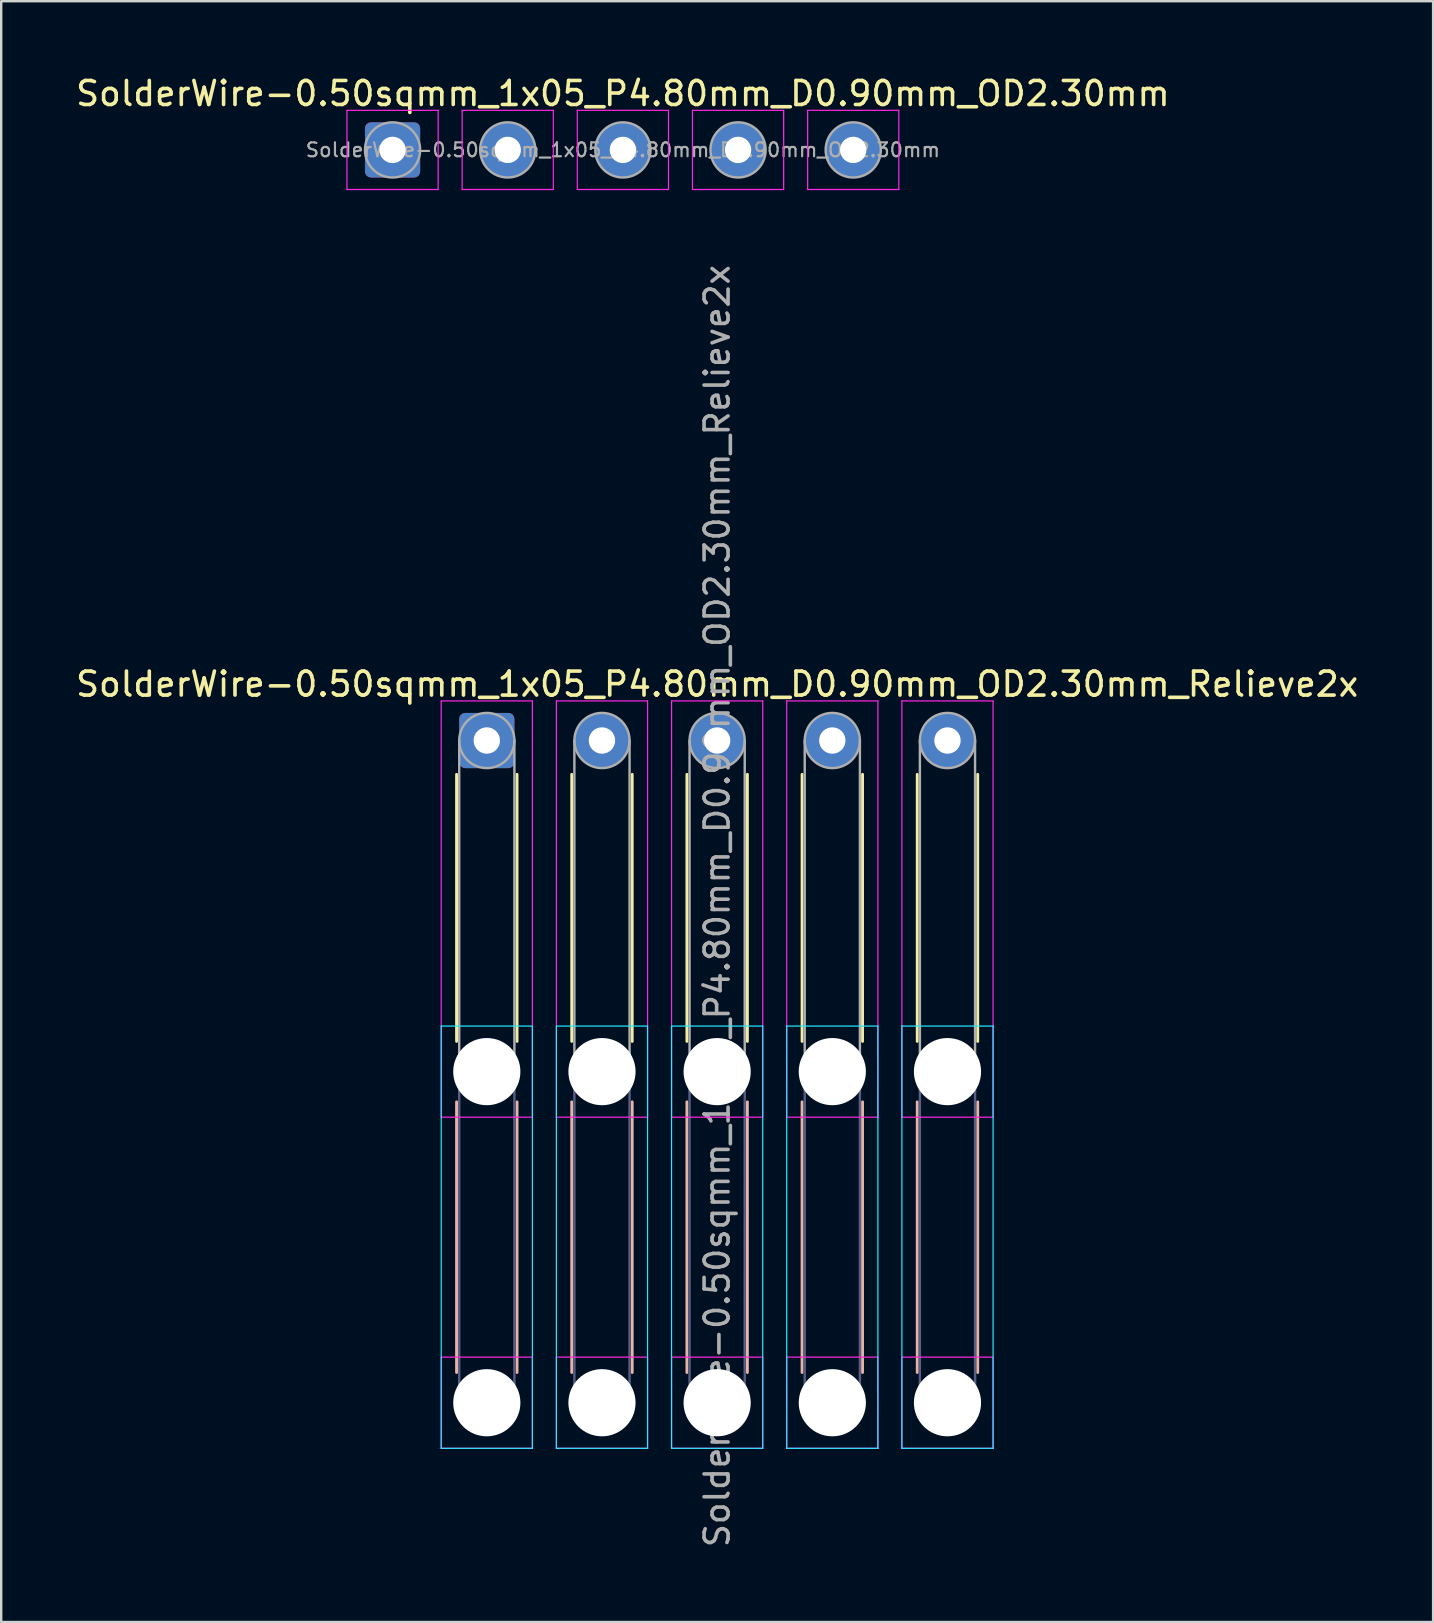
<source format=kicad_pcb>
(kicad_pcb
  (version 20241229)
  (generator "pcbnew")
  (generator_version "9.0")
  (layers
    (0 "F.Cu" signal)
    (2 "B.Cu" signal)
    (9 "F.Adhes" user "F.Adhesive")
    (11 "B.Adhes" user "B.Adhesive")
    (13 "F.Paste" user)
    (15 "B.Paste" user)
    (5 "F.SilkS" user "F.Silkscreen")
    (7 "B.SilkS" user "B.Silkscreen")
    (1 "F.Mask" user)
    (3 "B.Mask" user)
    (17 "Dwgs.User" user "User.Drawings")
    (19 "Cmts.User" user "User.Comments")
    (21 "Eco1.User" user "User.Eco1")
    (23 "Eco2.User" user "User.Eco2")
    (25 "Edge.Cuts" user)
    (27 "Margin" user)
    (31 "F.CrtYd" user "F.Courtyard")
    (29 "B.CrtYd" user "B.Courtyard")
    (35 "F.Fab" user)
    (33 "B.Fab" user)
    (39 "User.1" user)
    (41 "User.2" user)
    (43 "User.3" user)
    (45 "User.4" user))
  (footprint "SolderWire-0.50sqmm_1x05_P4.80mm_D0.90mm_OD2.30mm"
    (layer "F.Cu")
    (at 13.311 3.198)
    (property "Reference" "SolderWire-0.50sqmm_1x05_P4.80mm_D0.90mm_OD2.30mm" (at 9.6 -2.35 0) (layer "F.SilkS") (effects (font (size 1 1) (thickness 0.15))))
    (attr exclude_from_pos_files exclude_from_bom)
    (fp_line (start -1.9 -1.65) (end -1.9 1.65) (stroke (width 0.05) (type solid)) (layer "F.CrtYd"))
    (fp_line (start -1.9 1.65) (end 1.9 1.65) (stroke (width 0.05) (type solid)) (layer "F.CrtYd"))
    (fp_line (start 1.9 -1.65) (end -1.9 -1.65) (stroke (width 0.05) (type solid)) (layer "F.CrtYd"))
    (fp_line (start 1.9 1.65) (end 1.9 -1.65) (stroke (width 0.05) (type solid)) (layer "F.CrtYd"))
    (fp_line (start 2.9 -1.65) (end 2.9 1.65) (stroke (width 0.05) (type solid)) (layer "F.CrtYd"))
    (fp_line (start 2.9 1.65) (end 6.7 1.65) (stroke (width 0.05) (type solid)) (layer "F.CrtYd"))
    (fp_line (start 6.7 -1.65) (end 2.9 -1.65) (stroke (width 0.05) (type solid)) (layer "F.CrtYd"))
    (fp_line (start 6.7 1.65) (end 6.7 -1.65) (stroke (width 0.05) (type solid)) (layer "F.CrtYd"))
    (fp_line (start 7.7 -1.65) (end 7.7 1.65) (stroke (width 0.05) (type solid)) (layer "F.CrtYd"))
    (fp_line (start 7.7 1.65) (end 11.5 1.65) (stroke (width 0.05) (type solid)) (layer "F.CrtYd"))
    (fp_line (start 11.5 -1.65) (end 7.7 -1.65) (stroke (width 0.05) (type solid)) (layer "F.CrtYd"))
    (fp_line (start 11.5 1.65) (end 11.5 -1.65) (stroke (width 0.05) (type solid)) (layer "F.CrtYd"))
    (fp_line (start 12.5 -1.65) (end 12.5 1.65) (stroke (width 0.05) (type solid)) (layer "F.CrtYd"))
    (fp_line (start 12.5 1.65) (end 16.3 1.65) (stroke (width 0.05) (type solid)) (layer "F.CrtYd"))
    (fp_line (start 16.3 -1.65) (end 12.5 -1.65) (stroke (width 0.05) (type solid)) (layer "F.CrtYd"))
    (fp_line (start 16.3 1.65) (end 16.3 -1.65) (stroke (width 0.05) (type solid)) (layer "F.CrtYd"))
    (fp_line (start 17.3 -1.65) (end 17.3 1.65) (stroke (width 0.05) (type solid)) (layer "F.CrtYd"))
    (fp_line (start 17.3 1.65) (end 21.1 1.65) (stroke (width 0.05) (type solid)) (layer "F.CrtYd"))
    (fp_line (start 21.1 -1.65) (end 17.3 -1.65) (stroke (width 0.05) (type solid)) (layer "F.CrtYd"))
    (fp_line (start 21.1 1.65) (end 21.1 -1.65) (stroke (width 0.05) (type solid)) (layer "F.CrtYd"))
    (fp_circle (center 0 0) (end 1.15 0) (stroke (width 0.1) (type solid)) (fill no) (layer "F.Fab"))
    (fp_circle (center 4.8 0) (end 5.95 0) (stroke (width 0.1) (type solid)) (fill no) (layer "F.Fab"))
    (fp_circle (center 9.6 0) (end 10.75 0) (stroke (width 0.1) (type solid)) (fill no) (layer "F.Fab"))
    (fp_circle (center 14.4 0) (end 15.55 0) (stroke (width 0.1) (type solid)) (fill no) (layer "F.Fab"))
    (fp_circle (center 19.2 0) (end 20.35 0) (stroke (width 0.1) (type solid)) (fill no) (layer "F.Fab"))
    (fp_text user "${REFERENCE}" (at 9.6 0 0) (layer "F.Fab") (effects (font (size 0.58 0.58) (thickness 0.09))))
    (pad "1" thru_hole roundrect (at 0 0) (size 2.3 2.3) (drill 1.1) (layers "*.Cu" "*.Mask") (roundrect_rratio 0.109))
    (pad "2" thru_hole circle (at 4.8 0) (size 2.3 2.3) (drill 1.1) (layers "*.Cu" "*.Mask"))
    (pad "3" thru_hole circle (at 9.6 0) (size 2.3 2.3) (drill 1.1) (layers "*.Cu" "*.Mask"))
    (pad "4" thru_hole circle (at 14.4 0) (size 2.3 2.3) (drill 1.1) (layers "*.Cu" "*.Mask"))
    (pad "5" thru_hole circle (at 19.2 0) (size 2.3 2.3) (drill 1.1) (layers "*.Cu" "*.Mask")))
  (footprint "SolderWire-0.50sqmm_1x05_P4.80mm_D0.90mm_OD2.30mm_Relieve2x"
    (layer "F.Cu")
    (at 17.239 27.813)
    (property "Reference" "SolderWire-0.50sqmm_1x05_P4.80mm_D0.90mm_OD2.30mm_Relieve2x" (at 9.6 -2.35 0) (layer "F.SilkS") (effects (font (size 1 1) (thickness 0.15))))
    (attr exclude_from_pos_files exclude_from_bom)
    (fp_line (start -1.26 1.41) (end -1.26 12.54) (stroke (width 0.12) (type solid)) (layer "F.SilkS"))
    (fp_line (start 1.26 1.41) (end 1.26 12.54) (stroke (width 0.12) (type solid)) (layer "F.SilkS"))
    (fp_line (start 3.54 1.41) (end 3.54 12.54) (stroke (width 0.12) (type solid)) (layer "F.SilkS"))
    (fp_line (start 6.06 1.41) (end 6.06 12.54) (stroke (width 0.12) (type solid)) (layer "F.SilkS"))
    (fp_line (start 8.34 1.41) (end 8.34 12.54) (stroke (width 0.12) (type solid)) (layer "F.SilkS"))
    (fp_line (start 10.86 1.41) (end 10.86 12.54) (stroke (width 0.12) (type solid)) (layer "F.SilkS"))
    (fp_line (start 13.14 1.41) (end 13.14 12.54) (stroke (width 0.12) (type solid)) (layer "F.SilkS"))
    (fp_line (start 15.66 1.41) (end 15.66 12.54) (stroke (width 0.12) (type solid)) (layer "F.SilkS"))
    (fp_line (start 17.94 1.41) (end 17.94 12.54) (stroke (width 0.12) (type solid)) (layer "F.SilkS"))
    (fp_line (start 20.46 1.41) (end 20.46 12.54) (stroke (width 0.12) (type solid)) (layer "F.SilkS"))
    (fp_line (start -1.26 15.06) (end -1.26 26.34) (stroke (width 0.12) (type solid)) (layer "B.SilkS"))
    (fp_line (start 1.26 15.06) (end 1.26 26.34) (stroke (width 0.12) (type solid)) (layer "B.SilkS"))
    (fp_line (start 3.54 15.06) (end 3.54 26.34) (stroke (width 0.12) (type solid)) (layer "B.SilkS"))
    (fp_line (start 6.06 15.06) (end 6.06 26.34) (stroke (width 0.12) (type solid)) (layer "B.SilkS"))
    (fp_line (start 8.34 15.06) (end 8.34 26.34) (stroke (width 0.12) (type solid)) (layer "B.SilkS"))
    (fp_line (start 10.86 15.06) (end 10.86 26.34) (stroke (width 0.12) (type solid)) (layer "B.SilkS"))
    (fp_line (start 13.14 15.06) (end 13.14 26.34) (stroke (width 0.12) (type solid)) (layer "B.SilkS"))
    (fp_line (start 15.66 15.06) (end 15.66 26.34) (stroke (width 0.12) (type solid)) (layer "B.SilkS"))
    (fp_line (start 17.94 15.06) (end 17.94 26.34) (stroke (width 0.12) (type solid)) (layer "B.SilkS"))
    (fp_line (start 20.46 15.06) (end 20.46 26.34) (stroke (width 0.12) (type solid)) (layer "B.SilkS"))
    (fp_line (start -1.9 11.9) (end -1.9 29.5) (stroke (width 0.05) (type solid)) (layer "B.CrtYd"))
    (fp_line (start -1.9 29.5) (end 1.9 29.5) (stroke (width 0.05) (type solid)) (layer "B.CrtYd"))
    (fp_line (start 1.9 11.9) (end -1.9 11.9) (stroke (width 0.05) (type solid)) (layer "B.CrtYd"))
    (fp_line (start 1.9 29.5) (end 1.9 11.9) (stroke (width 0.05) (type solid)) (layer "B.CrtYd"))
    (fp_line (start 2.9 11.9) (end 2.9 29.5) (stroke (width 0.05) (type solid)) (layer "B.CrtYd"))
    (fp_line (start 2.9 29.5) (end 6.7 29.5) (stroke (width 0.05) (type solid)) (layer "B.CrtYd"))
    (fp_line (start 6.7 11.9) (end 2.9 11.9) (stroke (width 0.05) (type solid)) (layer "B.CrtYd"))
    (fp_line (start 6.7 29.5) (end 6.7 11.9) (stroke (width 0.05) (type solid)) (layer "B.CrtYd"))
    (fp_line (start 7.7 11.9) (end 7.7 29.5) (stroke (width 0.05) (type solid)) (layer "B.CrtYd"))
    (fp_line (start 7.7 29.5) (end 11.5 29.5) (stroke (width 0.05) (type solid)) (layer "B.CrtYd"))
    (fp_line (start 11.5 11.9) (end 7.7 11.9) (stroke (width 0.05) (type solid)) (layer "B.CrtYd"))
    (fp_line (start 11.5 29.5) (end 11.5 11.9) (stroke (width 0.05) (type solid)) (layer "B.CrtYd"))
    (fp_line (start 12.5 11.9) (end 12.5 29.5) (stroke (width 0.05) (type solid)) (layer "B.CrtYd"))
    (fp_line (start 12.5 29.5) (end 16.3 29.5) (stroke (width 0.05) (type solid)) (layer "B.CrtYd"))
    (fp_line (start 16.3 11.9) (end 12.5 11.9) (stroke (width 0.05) (type solid)) (layer "B.CrtYd"))
    (fp_line (start 16.3 29.5) (end 16.3 11.9) (stroke (width 0.05) (type solid)) (layer "B.CrtYd"))
    (fp_line (start 17.3 11.9) (end 17.3 29.5) (stroke (width 0.05) (type solid)) (layer "B.CrtYd"))
    (fp_line (start 17.3 29.5) (end 21.1 29.5) (stroke (width 0.05) (type solid)) (layer "B.CrtYd"))
    (fp_line (start 21.1 11.9) (end 17.3 11.9) (stroke (width 0.05) (type solid)) (layer "B.CrtYd"))
    (fp_line (start 21.1 29.5) (end 21.1 11.9) (stroke (width 0.05) (type solid)) (layer "B.CrtYd"))
    (fp_line (start -1.9 -1.65) (end -1.9 15.7) (stroke (width 0.05) (type solid)) (layer "F.CrtYd"))
    (fp_line (start -1.9 15.7) (end 1.9 15.7) (stroke (width 0.05) (type solid)) (layer "F.CrtYd"))
    (fp_line (start -1.9 25.7) (end -1.9 29.5) (stroke (width 0.05) (type solid)) (layer "F.CrtYd"))
    (fp_line (start -1.9 29.5) (end 1.9 29.5) (stroke (width 0.05) (type solid)) (layer "F.CrtYd"))
    (fp_line (start 1.9 -1.65) (end -1.9 -1.65) (stroke (width 0.05) (type solid)) (layer "F.CrtYd"))
    (fp_line (start 1.9 15.7) (end 1.9 -1.65) (stroke (width 0.05) (type solid)) (layer "F.CrtYd"))
    (fp_line (start 1.9 25.7) (end -1.9 25.7) (stroke (width 0.05) (type solid)) (layer "F.CrtYd"))
    (fp_line (start 1.9 29.5) (end 1.9 25.7) (stroke (width 0.05) (type solid)) (layer "F.CrtYd"))
    (fp_line (start 2.9 -1.65) (end 2.9 15.7) (stroke (width 0.05) (type solid)) (layer "F.CrtYd"))
    (fp_line (start 2.9 15.7) (end 6.7 15.7) (stroke (width 0.05) (type solid)) (layer "F.CrtYd"))
    (fp_line (start 2.9 25.7) (end 2.9 29.5) (stroke (width 0.05) (type solid)) (layer "F.CrtYd"))
    (fp_line (start 2.9 29.5) (end 6.7 29.5) (stroke (width 0.05) (type solid)) (layer "F.CrtYd"))
    (fp_line (start 6.7 -1.65) (end 2.9 -1.65) (stroke (width 0.05) (type solid)) (layer "F.CrtYd"))
    (fp_line (start 6.7 15.7) (end 6.7 -1.65) (stroke (width 0.05) (type solid)) (layer "F.CrtYd"))
    (fp_line (start 6.7 25.7) (end 2.9 25.7) (stroke (width 0.05) (type solid)) (layer "F.CrtYd"))
    (fp_line (start 6.7 29.5) (end 6.7 25.7) (stroke (width 0.05) (type solid)) (layer "F.CrtYd"))
    (fp_line (start 7.7 -1.65) (end 7.7 15.7) (stroke (width 0.05) (type solid)) (layer "F.CrtYd"))
    (fp_line (start 7.7 15.7) (end 11.5 15.7) (stroke (width 0.05) (type solid)) (layer "F.CrtYd"))
    (fp_line (start 7.7 25.7) (end 7.7 29.5) (stroke (width 0.05) (type solid)) (layer "F.CrtYd"))
    (fp_line (start 7.7 29.5) (end 11.5 29.5) (stroke (width 0.05) (type solid)) (layer "F.CrtYd"))
    (fp_line (start 11.5 -1.65) (end 7.7 -1.65) (stroke (width 0.05) (type solid)) (layer "F.CrtYd"))
    (fp_line (start 11.5 15.7) (end 11.5 -1.65) (stroke (width 0.05) (type solid)) (layer "F.CrtYd"))
    (fp_line (start 11.5 25.7) (end 7.7 25.7) (stroke (width 0.05) (type solid)) (layer "F.CrtYd"))
    (fp_line (start 11.5 29.5) (end 11.5 25.7) (stroke (width 0.05) (type solid)) (layer "F.CrtYd"))
    (fp_line (start 12.5 -1.65) (end 12.5 15.7) (stroke (width 0.05) (type solid)) (layer "F.CrtYd"))
    (fp_line (start 12.5 15.7) (end 16.3 15.7) (stroke (width 0.05) (type solid)) (layer "F.CrtYd"))
    (fp_line (start 12.5 25.7) (end 12.5 29.5) (stroke (width 0.05) (type solid)) (layer "F.CrtYd"))
    (fp_line (start 12.5 29.5) (end 16.3 29.5) (stroke (width 0.05) (type solid)) (layer "F.CrtYd"))
    (fp_line (start 16.3 -1.65) (end 12.5 -1.65) (stroke (width 0.05) (type solid)) (layer "F.CrtYd"))
    (fp_line (start 16.3 15.7) (end 16.3 -1.65) (stroke (width 0.05) (type solid)) (layer "F.CrtYd"))
    (fp_line (start 16.3 25.7) (end 12.5 25.7) (stroke (width 0.05) (type solid)) (layer "F.CrtYd"))
    (fp_line (start 16.3 29.5) (end 16.3 25.7) (stroke (width 0.05) (type solid)) (layer "F.CrtYd"))
    (fp_line (start 17.3 -1.65) (end 17.3 15.7) (stroke (width 0.05) (type solid)) (layer "F.CrtYd"))
    (fp_line (start 17.3 15.7) (end 21.1 15.7) (stroke (width 0.05) (type solid)) (layer "F.CrtYd"))
    (fp_line (start 17.3 25.7) (end 17.3 29.5) (stroke (width 0.05) (type solid)) (layer "F.CrtYd"))
    (fp_line (start 17.3 29.5) (end 21.1 29.5) (stroke (width 0.05) (type solid)) (layer "F.CrtYd"))
    (fp_line (start 21.1 -1.65) (end 17.3 -1.65) (stroke (width 0.05) (type solid)) (layer "F.CrtYd"))
    (fp_line (start 21.1 15.7) (end 21.1 -1.65) (stroke (width 0.05) (type solid)) (layer "F.CrtYd"))
    (fp_line (start 21.1 25.7) (end 17.3 25.7) (stroke (width 0.05) (type solid)) (layer "F.CrtYd"))
    (fp_line (start 21.1 29.5) (end 21.1 25.7) (stroke (width 0.05) (type solid)) (layer "F.CrtYd"))
    (fp_line (start -1.15 13.8) (end -1.15 27.6) (stroke (width 0.1) (type solid)) (layer "B.Fab"))
    (fp_line (start 1.15 13.8) (end 1.15 27.6) (stroke (width 0.1) (type solid)) (layer "B.Fab"))
    (fp_line (start 3.65 13.8) (end 3.65 27.6) (stroke (width 0.1) (type solid)) (layer "B.Fab"))
    (fp_line (start 5.95 13.8) (end 5.95 27.6) (stroke (width 0.1) (type solid)) (layer "B.Fab"))
    (fp_line (start 8.45 13.8) (end 8.45 27.6) (stroke (width 0.1) (type solid)) (layer "B.Fab"))
    (fp_line (start 10.75 13.8) (end 10.75 27.6) (stroke (width 0.1) (type solid)) (layer "B.Fab"))
    (fp_line (start 13.25 13.8) (end 13.25 27.6) (stroke (width 0.1) (type solid)) (layer "B.Fab"))
    (fp_line (start 15.55 13.8) (end 15.55 27.6) (stroke (width 0.1) (type solid)) (layer "B.Fab"))
    (fp_line (start 18.05 13.8) (end 18.05 27.6) (stroke (width 0.1) (type solid)) (layer "B.Fab"))
    (fp_line (start 20.35 13.8) (end 20.35 27.6) (stroke (width 0.1) (type solid)) (layer "B.Fab"))
    (fp_circle (center 0 13.8) (end 1.15 13.8) (stroke (width 0.1) (type solid)) (fill no) (layer "B.Fab"))
    (fp_circle (center 0 27.6) (end 1.15 27.6) (stroke (width 0.1) (type solid)) (fill no) (layer "B.Fab"))
    (fp_circle (center 4.8 13.8) (end 5.95 13.8) (stroke (width 0.1) (type solid)) (fill no) (layer "B.Fab"))
    (fp_circle (center 4.8 27.6) (end 5.95 27.6) (stroke (width 0.1) (type solid)) (fill no) (layer "B.Fab"))
    (fp_circle (center 9.6 13.8) (end 10.75 13.8) (stroke (width 0.1) (type solid)) (fill no) (layer "B.Fab"))
    (fp_circle (center 9.6 27.6) (end 10.75 27.6) (stroke (width 0.1) (type solid)) (fill no) (layer "B.Fab"))
    (fp_circle (center 14.4 13.8) (end 15.55 13.8) (stroke (width 0.1) (type solid)) (fill no) (layer "B.Fab"))
    (fp_circle (center 14.4 27.6) (end 15.55 27.6) (stroke (width 0.1) (type solid)) (fill no) (layer "B.Fab"))
    (fp_circle (center 19.2 13.8) (end 20.35 13.8) (stroke (width 0.1) (type solid)) (fill no) (layer "B.Fab"))
    (fp_circle (center 19.2 27.6) (end 20.35 27.6) (stroke (width 0.1) (type solid)) (fill no) (layer "B.Fab"))
    (fp_line (start -1.15 0) (end -1.15 13.8) (stroke (width 0.1) (type solid)) (layer "F.Fab"))
    (fp_line (start 1.15 0) (end 1.15 13.8) (stroke (width 0.1) (type solid)) (layer "F.Fab"))
    (fp_line (start 3.65 0) (end 3.65 13.8) (stroke (width 0.1) (type solid)) (layer "F.Fab"))
    (fp_line (start 5.95 0) (end 5.95 13.8) (stroke (width 0.1) (type solid)) (layer "F.Fab"))
    (fp_line (start 8.45 0) (end 8.45 13.8) (stroke (width 0.1) (type solid)) (layer "F.Fab"))
    (fp_line (start 10.75 0) (end 10.75 13.8) (stroke (width 0.1) (type solid)) (layer "F.Fab"))
    (fp_line (start 13.25 0) (end 13.25 13.8) (stroke (width 0.1) (type solid)) (layer "F.Fab"))
    (fp_line (start 15.55 0) (end 15.55 13.8) (stroke (width 0.1) (type solid)) (layer "F.Fab"))
    (fp_line (start 18.05 0) (end 18.05 13.8) (stroke (width 0.1) (type solid)) (layer "F.Fab"))
    (fp_line (start 20.35 0) (end 20.35 13.8) (stroke (width 0.1) (type solid)) (layer "F.Fab"))
    (fp_circle (center 0 0) (end 1.15 0) (stroke (width 0.1) (type solid)) (fill no) (layer "F.Fab"))
    (fp_circle (center 0 13.8) (end 1.15 13.8) (stroke (width 0.1) (type solid)) (fill no) (layer "F.Fab"))
    (fp_circle (center 0 27.6) (end 1.15 27.6) (stroke (width 0.1) (type solid)) (fill no) (layer "F.Fab"))
    (fp_circle (center 4.8 0) (end 5.95 0) (stroke (width 0.1) (type solid)) (fill no) (layer "F.Fab"))
    (fp_circle (center 4.8 13.8) (end 5.95 13.8) (stroke (width 0.1) (type solid)) (fill no) (layer "F.Fab"))
    (fp_circle (center 4.8 27.6) (end 5.95 27.6) (stroke (width 0.1) (type solid)) (fill no) (layer "F.Fab"))
    (fp_circle (center 9.6 0) (end 10.75 0) (stroke (width 0.1) (type solid)) (fill no) (layer "F.Fab"))
    (fp_circle (center 9.6 13.8) (end 10.75 13.8) (stroke (width 0.1) (type solid)) (fill no) (layer "F.Fab"))
    (fp_circle (center 9.6 27.6) (end 10.75 27.6) (stroke (width 0.1) (type solid)) (fill no) (layer "F.Fab"))
    (fp_circle (center 14.4 0) (end 15.55 0) (stroke (width 0.1) (type solid)) (fill no) (layer "F.Fab"))
    (fp_circle (center 14.4 13.8) (end 15.55 13.8) (stroke (width 0.1) (type solid)) (fill no) (layer "F.Fab"))
    (fp_circle (center 14.4 27.6) (end 15.55 27.6) (stroke (width 0.1) (type solid)) (fill no) (layer "F.Fab"))
    (fp_circle (center 19.2 0) (end 20.35 0) (stroke (width 0.1) (type solid)) (fill no) (layer "F.Fab"))
    (fp_circle (center 19.2 13.8) (end 20.35 13.8) (stroke (width 0.1) (type solid)) (fill no) (layer "F.Fab"))
    (fp_circle (center 19.2 27.6) (end 20.35 27.6) (stroke (width 0.1) (type solid)) (fill no) (layer "F.Fab"))
    (fp_text user "${REFERENCE}" (at 9.6 6.9 90) (layer "F.Fab") (effects (font (size 1 1) (thickness 0.15))))
    (pad "" np_thru_hole circle (at 0 13.8) (size 2.8 2.8) (drill 2.8) (layers "*.Cu" "*.Mask"))
    (pad "" np_thru_hole circle (at 0 27.6) (size 2.8 2.8) (drill 2.8) (layers "*.Cu" "*.Mask"))
    (pad "" np_thru_hole circle (at 4.8 13.8) (size 2.8 2.8) (drill 2.8) (layers "*.Cu" "*.Mask"))
    (pad "" np_thru_hole circle (at 4.8 27.6) (size 2.8 2.8) (drill 2.8) (layers "*.Cu" "*.Mask"))
    (pad "" np_thru_hole circle (at 9.6 13.8) (size 2.8 2.8) (drill 2.8) (layers "*.Cu" "*.Mask"))
    (pad "" np_thru_hole circle (at 9.6 27.6) (size 2.8 2.8) (drill 2.8) (layers "*.Cu" "*.Mask"))
    (pad "" np_thru_hole circle (at 14.4 13.8) (size 2.8 2.8) (drill 2.8) (layers "*.Cu" "*.Mask"))
    (pad "" np_thru_hole circle (at 14.4 27.6) (size 2.8 2.8) (drill 2.8) (layers "*.Cu" "*.Mask"))
    (pad "" np_thru_hole circle (at 19.2 13.8) (size 2.8 2.8) (drill 2.8) (layers "*.Cu" "*.Mask"))
    (pad "" np_thru_hole circle (at 19.2 27.6) (size 2.8 2.8) (drill 2.8) (layers "*.Cu" "*.Mask"))
    (pad "1" thru_hole roundrect (at 0 0) (size 2.3 2.3) (drill 1.1) (layers "*.Cu" "*.Mask") (roundrect_rratio 0.109))
    (pad "2" thru_hole circle (at 4.8 0) (size 2.3 2.3) (drill 1.1) (layers "*.Cu" "*.Mask"))
    (pad "3" thru_hole circle (at 9.6 0) (size 2.3 2.3) (drill 1.1) (layers "*.Cu" "*.Mask"))
    (pad "4" thru_hole circle (at 14.4 0) (size 2.3 2.3) (drill 1.1) (layers "*.Cu" "*.Mask"))
    (pad "5" thru_hole circle (at 19.2 0) (size 2.3 2.3) (drill 1.1) (layers "*.Cu" "*.Mask")))
  (gr_rect
    (start -3 -3)
    (end 56.679 64.552)
    (stroke (width 0.1) (type default))
    (fill no)
    (layer "Edge.Cuts")))
</source>
